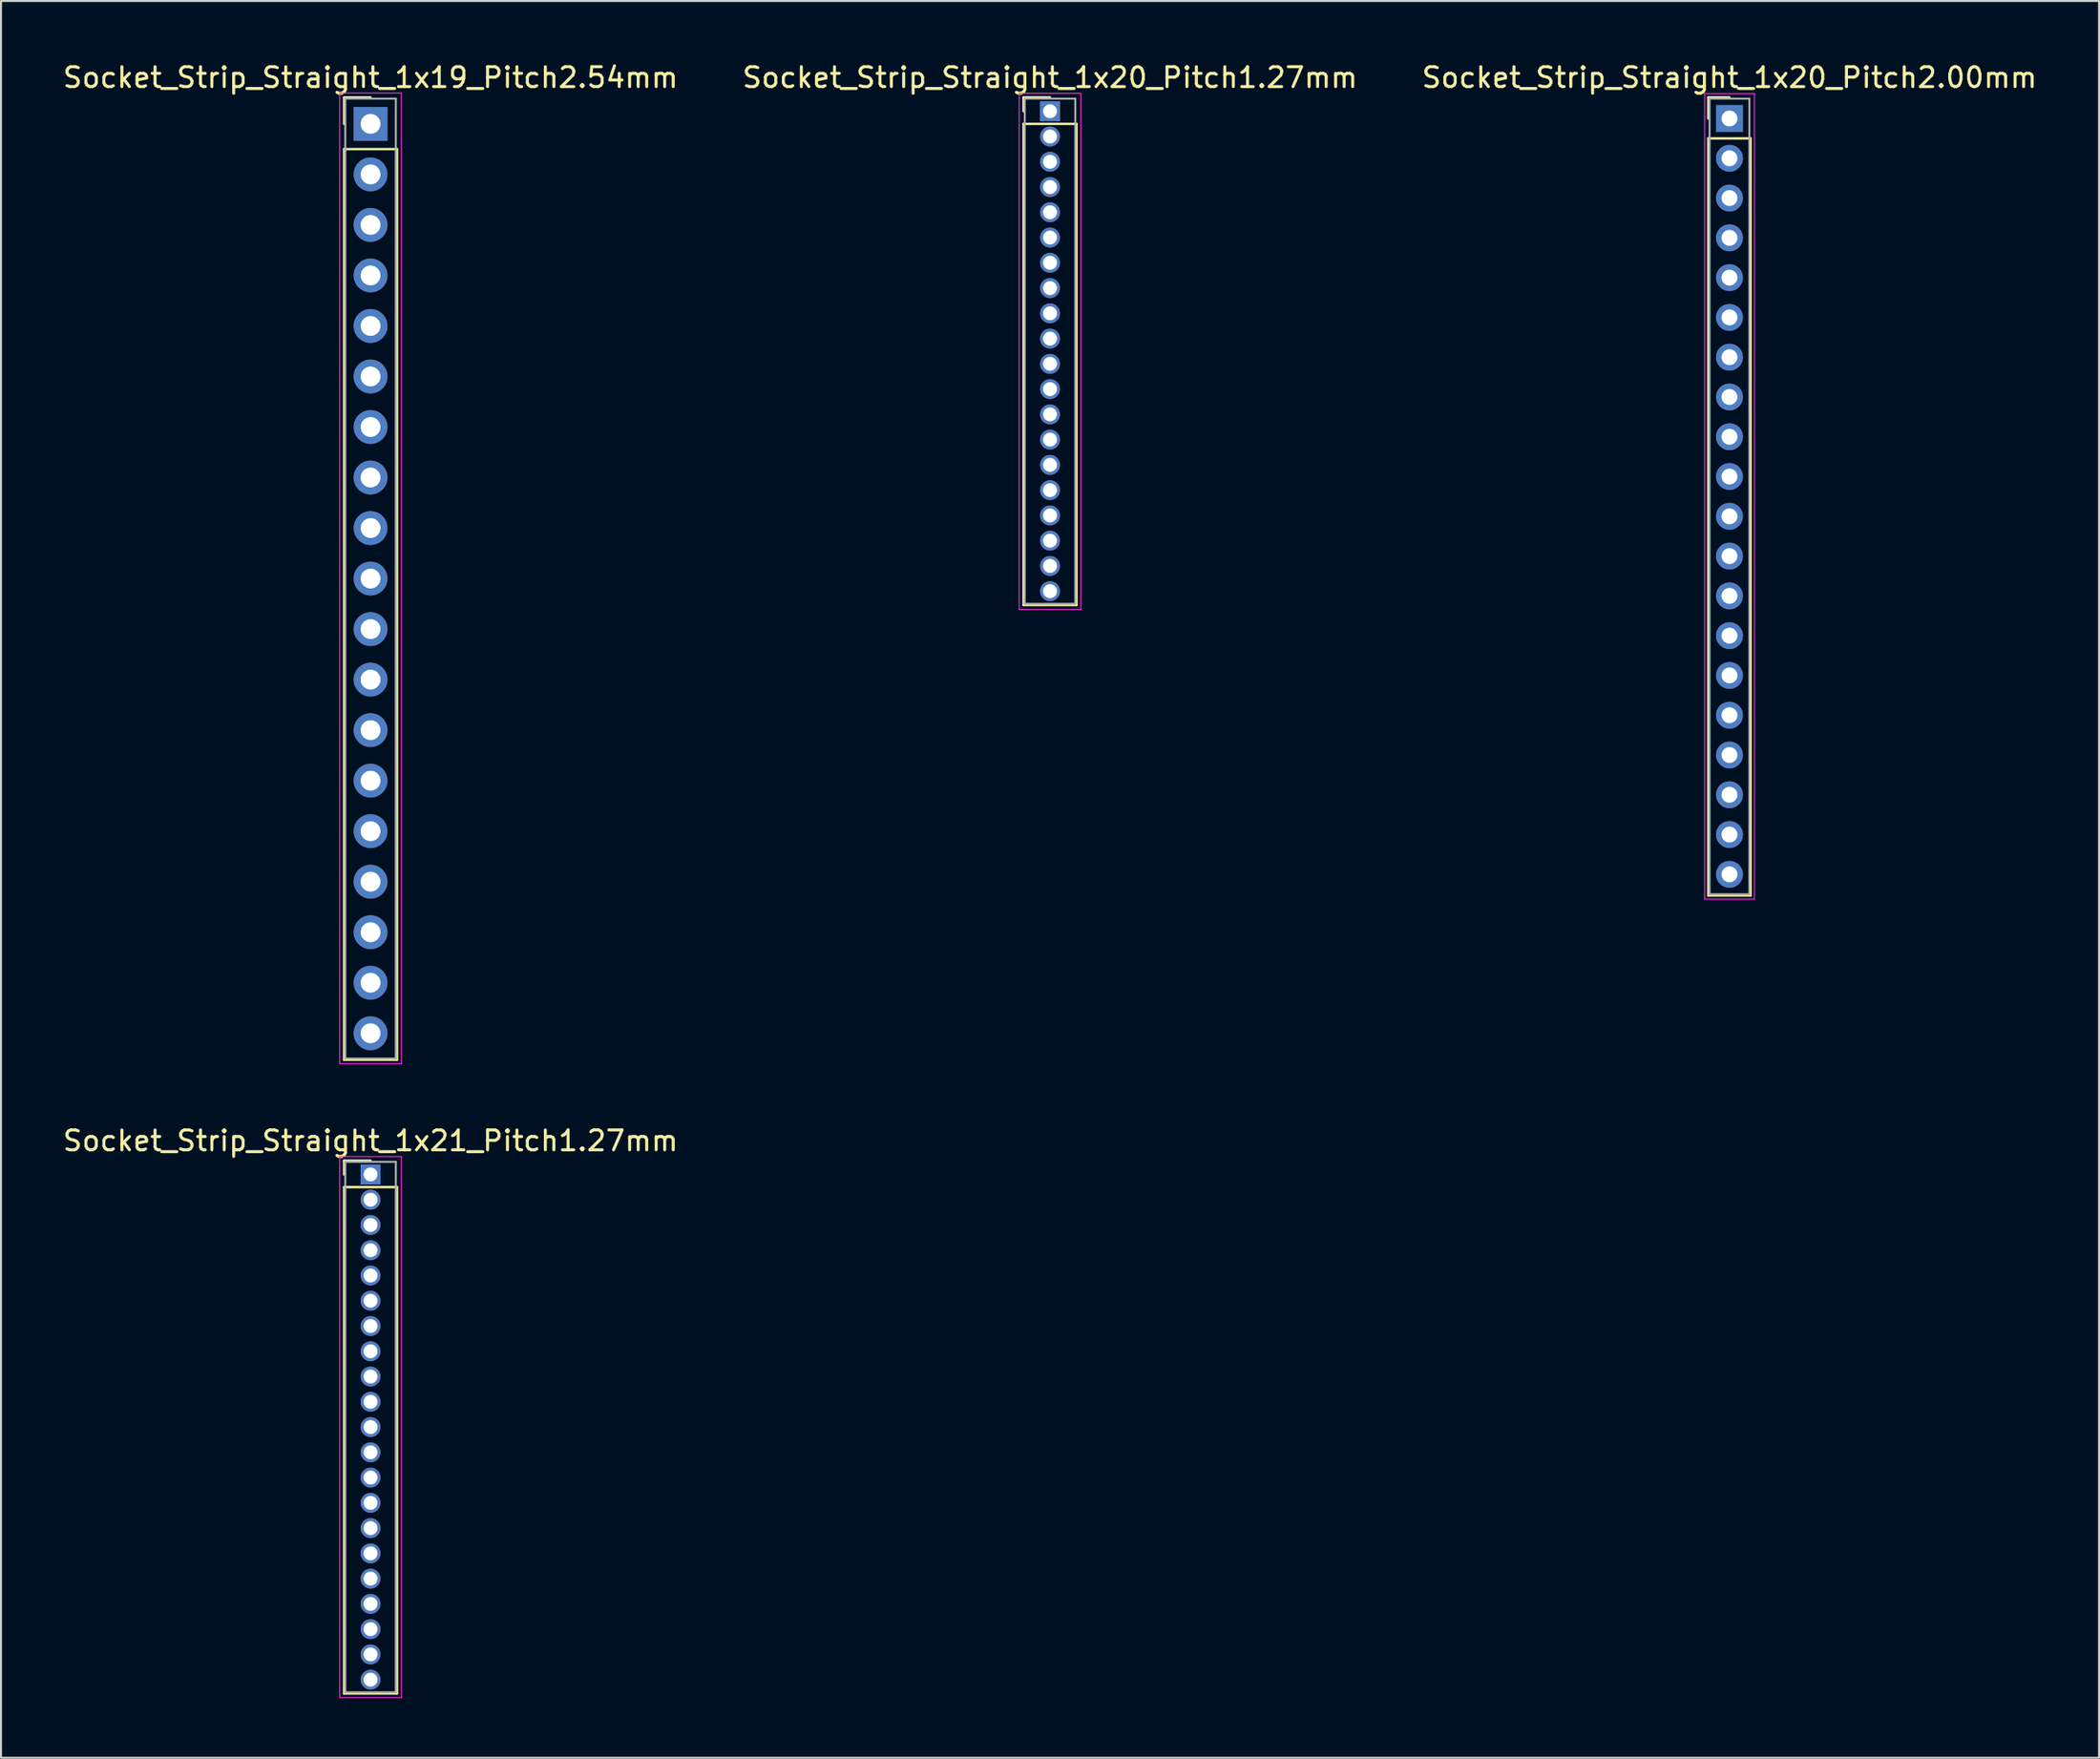
<source format=kicad_pcb>
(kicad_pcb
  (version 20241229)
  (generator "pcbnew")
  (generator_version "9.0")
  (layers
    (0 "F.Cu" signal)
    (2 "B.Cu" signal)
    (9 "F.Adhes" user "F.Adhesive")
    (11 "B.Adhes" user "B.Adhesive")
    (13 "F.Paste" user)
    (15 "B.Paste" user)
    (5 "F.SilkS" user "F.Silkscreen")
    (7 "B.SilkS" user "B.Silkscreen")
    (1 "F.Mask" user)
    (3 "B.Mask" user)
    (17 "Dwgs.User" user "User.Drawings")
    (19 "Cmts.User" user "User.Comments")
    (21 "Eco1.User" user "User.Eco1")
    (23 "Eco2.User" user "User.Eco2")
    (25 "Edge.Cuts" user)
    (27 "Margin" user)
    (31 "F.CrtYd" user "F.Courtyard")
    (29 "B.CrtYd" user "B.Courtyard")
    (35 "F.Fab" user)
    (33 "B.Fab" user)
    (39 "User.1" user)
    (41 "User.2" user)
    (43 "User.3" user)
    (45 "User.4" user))
  (footprint "Socket_Strip_Straight_1x20_Pitch1.27mm"
    (layer "F.Cu")
    (at 49.732 2.543)
    (property "Reference" "Socket_Strip_Straight_1x20_Pitch1.27mm" (at 0 -1.695 0) (layer "F.SilkS") (effects (font (size 1 1) (thickness 0.15))))
    (attr through_hole)
    (fp_line (start -1.33 -0.695) (end 0 -0.695) (stroke (width 0.12) (type solid)) (layer "F.SilkS"))
    (fp_line (start -1.33 0) (end -1.33 -0.695) (stroke (width 0.12) (type solid)) (layer "F.SilkS"))
    (fp_line (start -1.33 0.635) (end -1.33 24.825) (stroke (width 0.12) (type solid)) (layer "F.SilkS"))
    (fp_line (start -1.33 24.825) (end 1.33 24.825) (stroke (width 0.12) (type solid)) (layer "F.SilkS"))
    (fp_line (start 1.33 0.635) (end -1.33 0.635) (stroke (width 0.12) (type solid)) (layer "F.SilkS"))
    (fp_line (start 1.33 24.825) (end 1.33 0.635) (stroke (width 0.12) (type solid)) (layer "F.SilkS"))
    (fp_line (start -1.55 -0.9) (end -1.55 25.05) (stroke (width 0.05) (type solid)) (layer "F.CrtYd"))
    (fp_line (start -1.55 25.05) (end 1.55 25.05) (stroke (width 0.05) (type solid)) (layer "F.CrtYd"))
    (fp_line (start 1.55 -0.9) (end -1.55 -0.9) (stroke (width 0.05) (type solid)) (layer "F.CrtYd"))
    (fp_line (start 1.55 25.05) (end 1.55 -0.9) (stroke (width 0.05) (type solid)) (layer "F.CrtYd"))
    (fp_line (start -1.27 -0.635) (end -1.27 24.765) (stroke (width 0.1) (type solid)) (layer "F.Fab"))
    (fp_line (start -1.27 24.765) (end 1.27 24.765) (stroke (width 0.1) (type solid)) (layer "F.Fab"))
    (fp_line (start 1.27 -0.635) (end -1.27 -0.635) (stroke (width 0.1) (type solid)) (layer "F.Fab"))
    (fp_line (start 1.27 24.765) (end 1.27 -0.635) (stroke (width 0.1) (type solid)) (layer "F.Fab"))
    (pad "1" thru_hole rect (at 0 0) (size 1 1) (drill 0.7) (layers "*.Cu" "*.Mask"))
    (pad "2" thru_hole oval (at 0 1.27) (size 1 1) (drill 0.7) (layers "*.Cu" "*.Mask"))
    (pad "3" thru_hole oval (at 0 2.54) (size 1 1) (drill 0.7) (layers "*.Cu" "*.Mask"))
    (pad "4" thru_hole oval (at 0 3.81) (size 1 1) (drill 0.7) (layers "*.Cu" "*.Mask"))
    (pad "5" thru_hole oval (at 0 5.08) (size 1 1) (drill 0.7) (layers "*.Cu" "*.Mask"))
    (pad "6" thru_hole oval (at 0 6.35) (size 1 1) (drill 0.7) (layers "*.Cu" "*.Mask"))
    (pad "7" thru_hole oval (at 0 7.62) (size 1 1) (drill 0.7) (layers "*.Cu" "*.Mask"))
    (pad "8" thru_hole oval (at 0 8.89) (size 1 1) (drill 0.7) (layers "*.Cu" "*.Mask"))
    (pad "9" thru_hole oval (at 0 10.16) (size 1 1) (drill 0.7) (layers "*.Cu" "*.Mask"))
    (pad "10" thru_hole oval (at 0 11.43) (size 1 1) (drill 0.7) (layers "*.Cu" "*.Mask"))
    (pad "11" thru_hole oval (at 0 12.7) (size 1 1) (drill 0.7) (layers "*.Cu" "*.Mask"))
    (pad "12" thru_hole oval (at 0 13.97) (size 1 1) (drill 0.7) (layers "*.Cu" "*.Mask"))
    (pad "13" thru_hole oval (at 0 15.24) (size 1 1) (drill 0.7) (layers "*.Cu" "*.Mask"))
    (pad "14" thru_hole oval (at 0 16.51) (size 1 1) (drill 0.7) (layers "*.Cu" "*.Mask"))
    (pad "15" thru_hole oval (at 0 17.78) (size 1 1) (drill 0.7) (layers "*.Cu" "*.Mask"))
    (pad "16" thru_hole oval (at 0 19.05) (size 1 1) (drill 0.7) (layers "*.Cu" "*.Mask"))
    (pad "17" thru_hole oval (at 0 20.32) (size 1 1) (drill 0.7) (layers "*.Cu" "*.Mask"))
    (pad "18" thru_hole oval (at 0 21.59) (size 1 1) (drill 0.7) (layers "*.Cu" "*.Mask"))
    (pad "19" thru_hole oval (at 0 22.86) (size 1 1) (drill 0.7) (layers "*.Cu" "*.Mask"))
    (pad "20" thru_hole oval (at 0 24.13) (size 1 1) (drill 0.7) (layers "*.Cu" "*.Mask")))
  (footprint "Socket_Strip_Straight_1x21_Pitch1.27mm"
    (layer "F.Cu")
    (at 15.577 55.996)
    (property "Reference" "Socket_Strip_Straight_1x21_Pitch1.27mm" (at 0 -1.695 0) (layer "F.SilkS") (effects (font (size 1 1) (thickness 0.15))))
    (attr through_hole)
    (fp_line (start -1.33 -0.695) (end 0 -0.695) (stroke (width 0.12) (type solid)) (layer "F.SilkS"))
    (fp_line (start -1.33 0) (end -1.33 -0.695) (stroke (width 0.12) (type solid)) (layer "F.SilkS"))
    (fp_line (start -1.33 0.635) (end -1.33 26.095) (stroke (width 0.12) (type solid)) (layer "F.SilkS"))
    (fp_line (start -1.33 26.095) (end 1.33 26.095) (stroke (width 0.12) (type solid)) (layer "F.SilkS"))
    (fp_line (start 1.33 0.635) (end -1.33 0.635) (stroke (width 0.12) (type solid)) (layer "F.SilkS"))
    (fp_line (start 1.33 26.095) (end 1.33 0.635) (stroke (width 0.12) (type solid)) (layer "F.SilkS"))
    (fp_line (start -1.55 -0.9) (end -1.55 26.3) (stroke (width 0.05) (type solid)) (layer "F.CrtYd"))
    (fp_line (start -1.55 26.3) (end 1.55 26.3) (stroke (width 0.05) (type solid)) (layer "F.CrtYd"))
    (fp_line (start 1.55 -0.9) (end -1.55 -0.9) (stroke (width 0.05) (type solid)) (layer "F.CrtYd"))
    (fp_line (start 1.55 26.3) (end 1.55 -0.9) (stroke (width 0.05) (type solid)) (layer "F.CrtYd"))
    (fp_line (start -1.27 -0.635) (end -1.27 26.035) (stroke (width 0.1) (type solid)) (layer "F.Fab"))
    (fp_line (start -1.27 26.035) (end 1.27 26.035) (stroke (width 0.1) (type solid)) (layer "F.Fab"))
    (fp_line (start 1.27 -0.635) (end -1.27 -0.635) (stroke (width 0.1) (type solid)) (layer "F.Fab"))
    (fp_line (start 1.27 26.035) (end 1.27 -0.635) (stroke (width 0.1) (type solid)) (layer "F.Fab"))
    (pad "1" thru_hole rect (at 0 0) (size 1 1) (drill 0.7) (layers "*.Cu" "*.Mask"))
    (pad "2" thru_hole oval (at 0 1.27) (size 1 1) (drill 0.7) (layers "*.Cu" "*.Mask"))
    (pad "3" thru_hole oval (at 0 2.54) (size 1 1) (drill 0.7) (layers "*.Cu" "*.Mask"))
    (pad "4" thru_hole oval (at 0 3.81) (size 1 1) (drill 0.7) (layers "*.Cu" "*.Mask"))
    (pad "5" thru_hole oval (at 0 5.08) (size 1 1) (drill 0.7) (layers "*.Cu" "*.Mask"))
    (pad "6" thru_hole oval (at 0 6.35) (size 1 1) (drill 0.7) (layers "*.Cu" "*.Mask"))
    (pad "7" thru_hole oval (at 0 7.62) (size 1 1) (drill 0.7) (layers "*.Cu" "*.Mask"))
    (pad "8" thru_hole oval (at 0 8.89) (size 1 1) (drill 0.7) (layers "*.Cu" "*.Mask"))
    (pad "9" thru_hole oval (at 0 10.16) (size 1 1) (drill 0.7) (layers "*.Cu" "*.Mask"))
    (pad "10" thru_hole oval (at 0 11.43) (size 1 1) (drill 0.7) (layers "*.Cu" "*.Mask"))
    (pad "11" thru_hole oval (at 0 12.7) (size 1 1) (drill 0.7) (layers "*.Cu" "*.Mask"))
    (pad "12" thru_hole oval (at 0 13.97) (size 1 1) (drill 0.7) (layers "*.Cu" "*.Mask"))
    (pad "13" thru_hole oval (at 0 15.24) (size 1 1) (drill 0.7) (layers "*.Cu" "*.Mask"))
    (pad "14" thru_hole oval (at 0 16.51) (size 1 1) (drill 0.7) (layers "*.Cu" "*.Mask"))
    (pad "15" thru_hole oval (at 0 17.78) (size 1 1) (drill 0.7) (layers "*.Cu" "*.Mask"))
    (pad "16" thru_hole oval (at 0 19.05) (size 1 1) (drill 0.7) (layers "*.Cu" "*.Mask"))
    (pad "17" thru_hole oval (at 0 20.32) (size 1 1) (drill 0.7) (layers "*.Cu" "*.Mask"))
    (pad "18" thru_hole oval (at 0 21.59) (size 1 1) (drill 0.7) (layers "*.Cu" "*.Mask"))
    (pad "19" thru_hole oval (at 0 22.86) (size 1 1) (drill 0.7) (layers "*.Cu" "*.Mask"))
    (pad "20" thru_hole oval (at 0 24.13) (size 1 1) (drill 0.7) (layers "*.Cu" "*.Mask"))
    (pad "21" thru_hole oval (at 0 25.4) (size 1 1) (drill 0.7) (layers "*.Cu" "*.Mask")))
  (footprint "Socket_Strip_Straight_1x19_Pitch2.54mm"
    (layer "F.Cu")
    (at 15.577 3.178)
    (property "Reference" "Socket_Strip_Straight_1x19_Pitch2.54mm" (at 0 -2.33 0) (layer "F.SilkS") (effects (font (size 1 1) (thickness 0.15))))
    (attr through_hole)
    (fp_line (start -1.33 -1.33) (end 0 -1.33) (stroke (width 0.12) (type solid)) (layer "F.SilkS"))
    (fp_line (start -1.33 0) (end -1.33 -1.33) (stroke (width 0.12) (type solid)) (layer "F.SilkS"))
    (fp_line (start -1.33 1.27) (end -1.33 47.05) (stroke (width 0.12) (type solid)) (layer "F.SilkS"))
    (fp_line (start -1.33 47.05) (end 1.33 47.05) (stroke (width 0.12) (type solid)) (layer "F.SilkS"))
    (fp_line (start 1.33 1.27) (end -1.33 1.27) (stroke (width 0.12) (type solid)) (layer "F.SilkS"))
    (fp_line (start 1.33 47.05) (end 1.33 1.27) (stroke (width 0.12) (type solid)) (layer "F.SilkS"))
    (fp_line (start -1.55 -1.55) (end -1.55 47.25) (stroke (width 0.05) (type solid)) (layer "F.CrtYd"))
    (fp_line (start -1.55 47.25) (end 1.55 47.25) (stroke (width 0.05) (type solid)) (layer "F.CrtYd"))
    (fp_line (start 1.55 -1.55) (end -1.55 -1.55) (stroke (width 0.05) (type solid)) (layer "F.CrtYd"))
    (fp_line (start 1.55 47.25) (end 1.55 -1.55) (stroke (width 0.05) (type solid)) (layer "F.CrtYd"))
    (fp_line (start -1.27 -1.27) (end -1.27 46.99) (stroke (width 0.1) (type solid)) (layer "F.Fab"))
    (fp_line (start -1.27 46.99) (end 1.27 46.99) (stroke (width 0.1) (type solid)) (layer "F.Fab"))
    (fp_line (start 1.27 -1.27) (end -1.27 -1.27) (stroke (width 0.1) (type solid)) (layer "F.Fab"))
    (fp_line (start 1.27 46.99) (end 1.27 -1.27) (stroke (width 0.1) (type solid)) (layer "F.Fab"))
    (pad "1" thru_hole rect (at 0 0) (size 1.7 1.7) (drill 1) (layers "*.Cu" "*.Mask"))
    (pad "2" thru_hole oval (at 0 2.54) (size 1.7 1.7) (drill 1) (layers "*.Cu" "*.Mask"))
    (pad "3" thru_hole oval (at 0 5.08) (size 1.7 1.7) (drill 1) (layers "*.Cu" "*.Mask"))
    (pad "4" thru_hole oval (at 0 7.62) (size 1.7 1.7) (drill 1) (layers "*.Cu" "*.Mask"))
    (pad "5" thru_hole oval (at 0 10.16) (size 1.7 1.7) (drill 1) (layers "*.Cu" "*.Mask"))
    (pad "6" thru_hole oval (at 0 12.7) (size 1.7 1.7) (drill 1) (layers "*.Cu" "*.Mask"))
    (pad "7" thru_hole oval (at 0 15.24) (size 1.7 1.7) (drill 1) (layers "*.Cu" "*.Mask"))
    (pad "8" thru_hole oval (at 0 17.78) (size 1.7 1.7) (drill 1) (layers "*.Cu" "*.Mask"))
    (pad "9" thru_hole oval (at 0 20.32) (size 1.7 1.7) (drill 1) (layers "*.Cu" "*.Mask"))
    (pad "10" thru_hole oval (at 0 22.86) (size 1.7 1.7) (drill 1) (layers "*.Cu" "*.Mask"))
    (pad "11" thru_hole oval (at 0 25.4) (size 1.7 1.7) (drill 1) (layers "*.Cu" "*.Mask"))
    (pad "12" thru_hole oval (at 0 27.94) (size 1.7 1.7) (drill 1) (layers "*.Cu" "*.Mask"))
    (pad "13" thru_hole oval (at 0 30.48) (size 1.7 1.7) (drill 1) (layers "*.Cu" "*.Mask"))
    (pad "14" thru_hole oval (at 0 33.02) (size 1.7 1.7) (drill 1) (layers "*.Cu" "*.Mask"))
    (pad "15" thru_hole oval (at 0 35.56) (size 1.7 1.7) (drill 1) (layers "*.Cu" "*.Mask"))
    (pad "16" thru_hole oval (at 0 38.1) (size 1.7 1.7) (drill 1) (layers "*.Cu" "*.Mask"))
    (pad "17" thru_hole oval (at 0 40.64) (size 1.7 1.7) (drill 1) (layers "*.Cu" "*.Mask"))
    (pad "18" thru_hole oval (at 0 43.18) (size 1.7 1.7) (drill 1) (layers "*.Cu" "*.Mask"))
    (pad "19" thru_hole oval (at 0 45.72) (size 1.7 1.7) (drill 1) (layers "*.Cu" "*.Mask")))
  (footprint "Socket_Strip_Straight_1x20_Pitch2.00mm"
    (layer "F.Cu")
    (at 83.887 2.908)
    (property "Reference" "Socket_Strip_Straight_1x20_Pitch2.00mm" (at 0 -2.06 0) (layer "F.SilkS") (effects (font (size 1 1) (thickness 0.15))))
    (attr through_hole)
    (fp_line (start -1.06 -1.06) (end 0 -1.06) (stroke (width 0.12) (type solid)) (layer "F.SilkS"))
    (fp_line (start -1.06 0) (end -1.06 -1.06) (stroke (width 0.12) (type solid)) (layer "F.SilkS"))
    (fp_line (start -1.06 1) (end -1.06 39.06) (stroke (width 0.12) (type solid)) (layer "F.SilkS"))
    (fp_line (start -1.06 39.06) (end 1.06 39.06) (stroke (width 0.12) (type solid)) (layer "F.SilkS"))
    (fp_line (start 1.06 1) (end -1.06 1) (stroke (width 0.12) (type solid)) (layer "F.SilkS"))
    (fp_line (start 1.06 39.06) (end 1.06 1) (stroke (width 0.12) (type solid)) (layer "F.SilkS"))
    (fp_line (start -1.25 -1.25) (end -1.25 39.25) (stroke (width 0.05) (type solid)) (layer "F.CrtYd"))
    (fp_line (start -1.25 39.25) (end 1.25 39.25) (stroke (width 0.05) (type solid)) (layer "F.CrtYd"))
    (fp_line (start 1.25 -1.25) (end -1.25 -1.25) (stroke (width 0.05) (type solid)) (layer "F.CrtYd"))
    (fp_line (start 1.25 39.25) (end 1.25 -1.25) (stroke (width 0.05) (type solid)) (layer "F.CrtYd"))
    (fp_line (start -1 -1) (end -1 39) (stroke (width 0.1) (type solid)) (layer "F.Fab"))
    (fp_line (start -1 39) (end 1 39) (stroke (width 0.1) (type solid)) (layer "F.Fab"))
    (fp_line (start 1 -1) (end -1 -1) (stroke (width 0.1) (type solid)) (layer "F.Fab"))
    (fp_line (start 1 39) (end 1 -1) (stroke (width 0.1) (type solid)) (layer "F.Fab"))
    (pad "1" thru_hole rect (at 0 0) (size 1.35 1.35) (drill 0.8) (layers "*.Cu" "*.Mask"))
    (pad "2" thru_hole oval (at 0 2) (size 1.35 1.35) (drill 0.8) (layers "*.Cu" "*.Mask"))
    (pad "3" thru_hole oval (at 0 4) (size 1.35 1.35) (drill 0.8) (layers "*.Cu" "*.Mask"))
    (pad "4" thru_hole oval (at 0 6) (size 1.35 1.35) (drill 0.8) (layers "*.Cu" "*.Mask"))
    (pad "5" thru_hole oval (at 0 8) (size 1.35 1.35) (drill 0.8) (layers "*.Cu" "*.Mask"))
    (pad "6" thru_hole oval (at 0 10) (size 1.35 1.35) (drill 0.8) (layers "*.Cu" "*.Mask"))
    (pad "7" thru_hole oval (at 0 12) (size 1.35 1.35) (drill 0.8) (layers "*.Cu" "*.Mask"))
    (pad "8" thru_hole oval (at 0 14) (size 1.35 1.35) (drill 0.8) (layers "*.Cu" "*.Mask"))
    (pad "9" thru_hole oval (at 0 16) (size 1.35 1.35) (drill 0.8) (layers "*.Cu" "*.Mask"))
    (pad "10" thru_hole oval (at 0 18) (size 1.35 1.35) (drill 0.8) (layers "*.Cu" "*.Mask"))
    (pad "11" thru_hole oval (at 0 20) (size 1.35 1.35) (drill 0.8) (layers "*.Cu" "*.Mask"))
    (pad "12" thru_hole oval (at 0 22) (size 1.35 1.35) (drill 0.8) (layers "*.Cu" "*.Mask"))
    (pad "13" thru_hole oval (at 0 24) (size 1.35 1.35) (drill 0.8) (layers "*.Cu" "*.Mask"))
    (pad "14" thru_hole oval (at 0 26) (size 1.35 1.35) (drill 0.8) (layers "*.Cu" "*.Mask"))
    (pad "15" thru_hole oval (at 0 28) (size 1.35 1.35) (drill 0.8) (layers "*.Cu" "*.Mask"))
    (pad "16" thru_hole oval (at 0 30) (size 1.35 1.35) (drill 0.8) (layers "*.Cu" "*.Mask"))
    (pad "17" thru_hole oval (at 0 32) (size 1.35 1.35) (drill 0.8) (layers "*.Cu" "*.Mask"))
    (pad "18" thru_hole oval (at 0 34) (size 1.35 1.35) (drill 0.8) (layers "*.Cu" "*.Mask"))
    (pad "19" thru_hole oval (at 0 36) (size 1.35 1.35) (drill 0.8) (layers "*.Cu" "*.Mask"))
    (pad "20" thru_hole oval (at 0 38) (size 1.35 1.35) (drill 0.8) (layers "*.Cu" "*.Mask")))
  (gr_rect
    (start -3 -3)
    (end 102.464 85.322)
    (stroke (width 0.1) (type default))
    (fill no)
    (layer "Edge.Cuts")))
</source>
